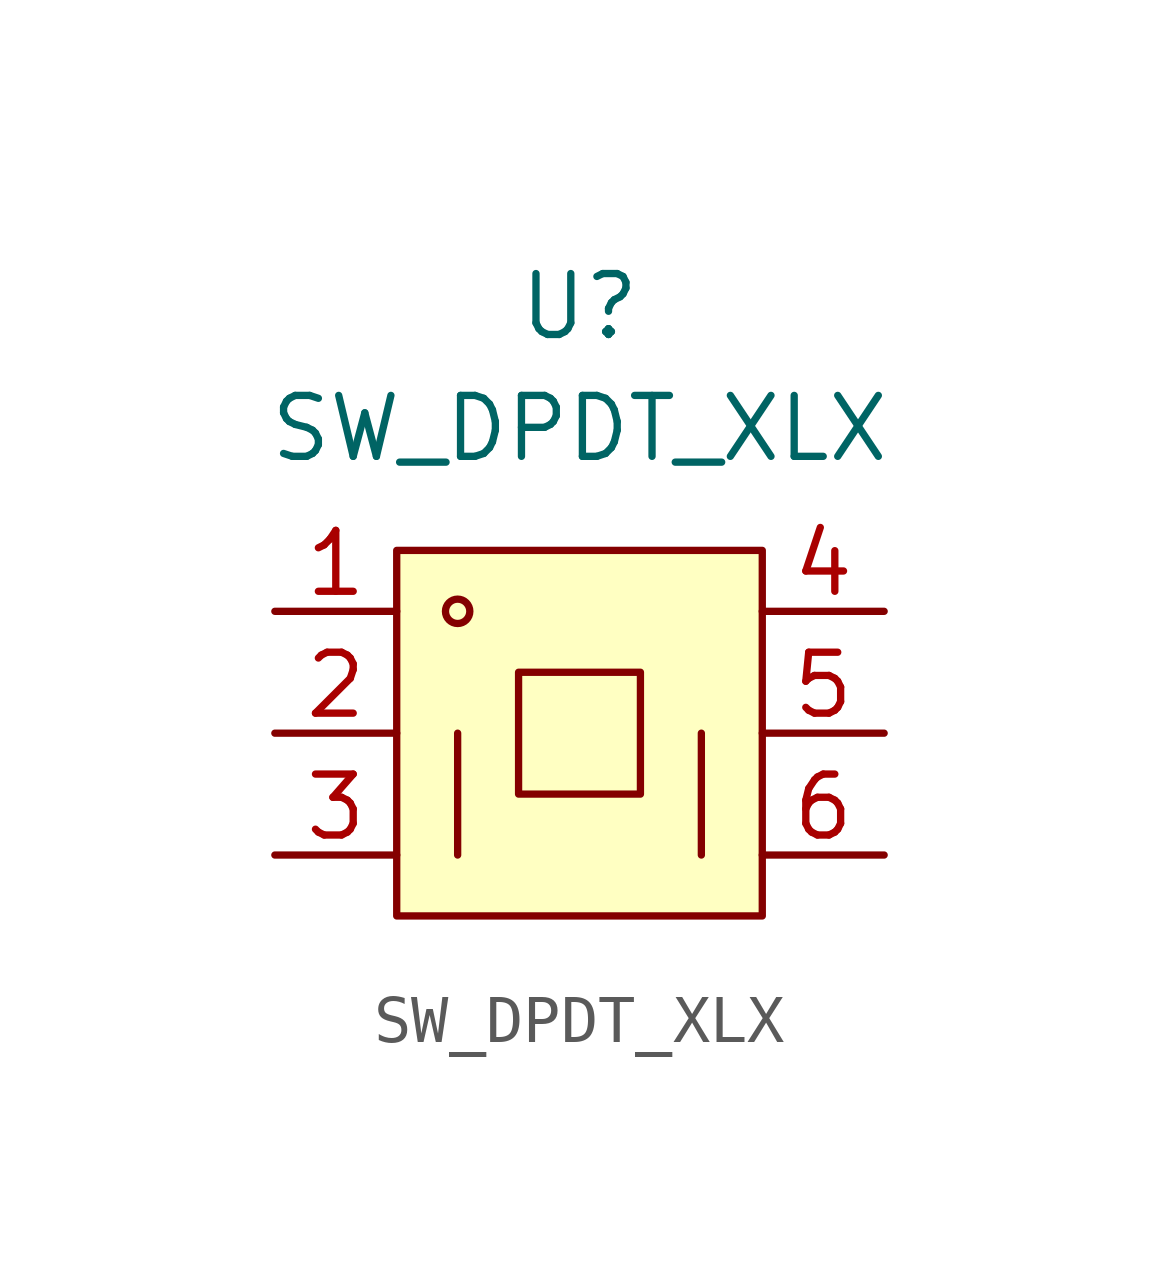
<source format=kicad_sym>
(kicad_symbol_lib
  (version 20231120)
  (generator "kicad_symbol_editor")
  (generator_version "8.0")
  (symbol "SW_DPDT_XLX"
    (pin_names
      (offset 1.016))
    (property "Reference" "U"
      (at 0 5.08 0)
      (effects (font (size 1.27 1.27))))
    (property "Value" "SW_DPDT_XLX"
      (at 0 2.54 0)
      (effects (font (size 1.27 1.27))))
    (symbol "SW_DPDT_XLX_0_1"
      (rectangle (start -3.81 0) (end 3.81 -7.62) (stroke (width 0) (type solid)) (fill (type background)))
      (circle (center -2.54 -1.27) (radius 0.254) (stroke (width 0) (type default)) (fill (type none)))
      (polyline (pts (xy -2.54 -3.81) (xy -2.54 -6.35)) (stroke (width 0) (type default)) (fill (type none)))
      (polyline (pts (xy 2.54 -3.81) (xy 2.54 -6.35)) (stroke (width 0) (type default)) (fill (type none)))
      (polyline (pts (xy -1.27 -2.54) (xy 1.27 -2.54) (xy 1.27 -5.08) (xy -1.27 -5.08) (xy -1.27 -2.54)) (stroke (width 0) (type solid)) (fill (type none))))
    (symbol "SW_DPDT_XLX_1_1"
      (pin passive line (at -6.35 -1.27 0) (length 2.54) (name "~" (effects (font (size 1.27 1.27)))) (number "1" (effects (font (size 1.27 1.27)))))
      (pin passive line (at -6.35 -3.81 0) (length 2.54) (name "~" (effects (font (size 1.27 1.27)))) (number "2" (effects (font (size 1.27 1.27)))))
      (pin passive line (at -6.35 -6.35 0) (length 2.54) (name "~" (effects (font (size 1.27 1.27)))) (number "3" (effects (font (size 1.27 1.27)))))
      (pin passive line (at 6.35 -1.27 180) (length 2.54) (name "~" (effects (font (size 1.27 1.27)))) (number "4" (effects (font (size 1.27 1.27)))))
      (pin passive line (at 6.35 -3.81 180) (length 2.54) (name "~" (effects (font (size 1.27 1.27)))) (number "5" (effects (font (size 1.27 1.27)))))
      (pin passive line (at 6.35 -6.35 180) (length 2.54) (name "~" (effects (font (size 1.27 1.27)))) (number "6" (effects (font (size 1.27 1.27))))))))
</source>
